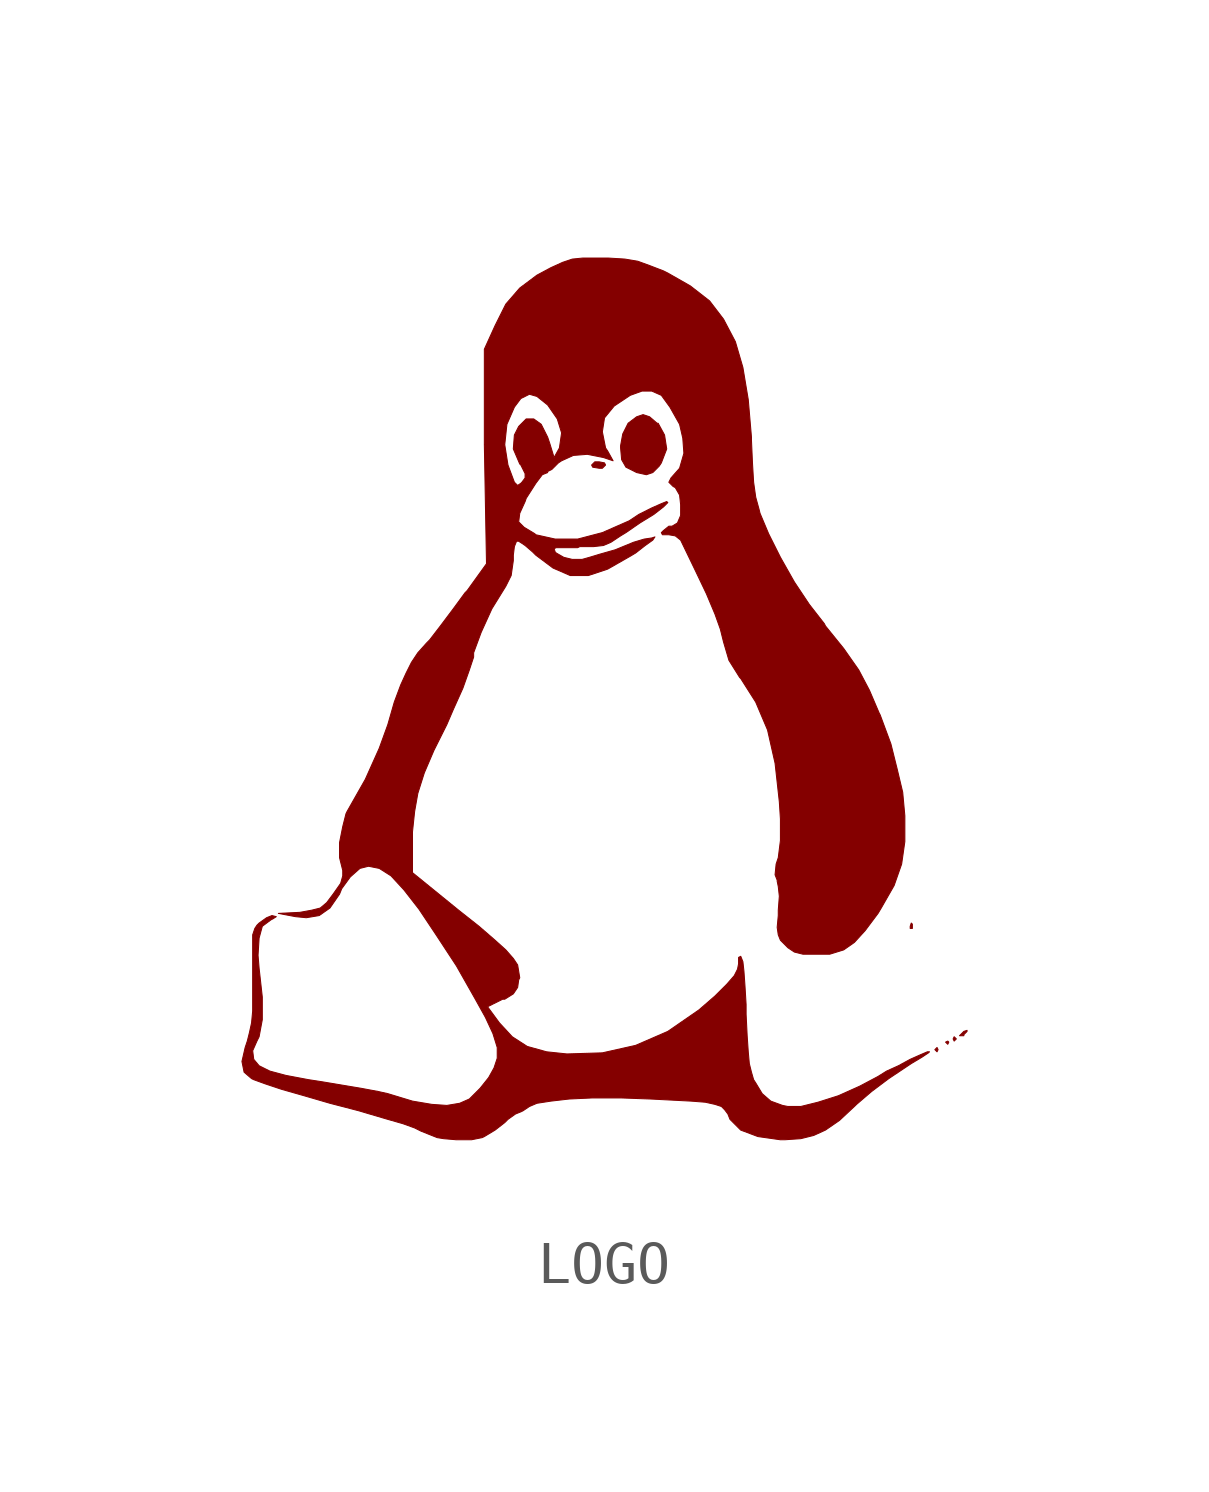
<source format=kicad_sym>
(kicad_symbol_lib
  (version 20211014)
  (generator kicad_symbol_editor)
  (symbol "LOGO"
    (pin_names
      (offset 1.016))
    (property "Reference" "#G"
      (at 0 -10.668 0)
      (effects (font (size 1.524 1.524)) hide))
    (symbol "LOGO_0_0"
      (polyline (pts (xy 7.772 -8.331) (xy 7.747 -8.28) (xy 7.696 -8.331) (xy 7.747 -8.382) (xy 7.772 -8.331)) (stroke (width 0.025) (type default) (color 0 0 0 0)) (fill (type outline)))
      (polyline (pts (xy 8.026 -8.153) (xy 8.001 -8.128) (xy 7.95 -8.153) (xy 8.001 -8.204) (xy 8.026 -8.153)) (stroke (width 0.025) (type default) (color 0 0 0 0)) (fill (type outline)))
      (polyline (pts (xy 8.204 -8.077) (xy 8.153 -8.026) (xy 8.128 -8.077) (xy 8.153 -8.128) (xy 8.204 -8.077)) (stroke (width 0.025) (type default) (color 0 0 0 0)) (fill (type outline)))
      (polyline (pts (xy 7.163 -5.359) (xy 7.137 -5.334) (xy 7.112 -5.41) (xy 7.112 -5.461) (xy 7.163 -5.461) (xy 7.163 -5.359)) (stroke (width 0.025) (type default) (color 0 0 0 0)) (fill (type outline)))
      (polyline (pts (xy 8.382 -7.976) (xy 8.458 -7.899) (xy 8.458 -7.874) (xy 8.382 -7.899) (xy 8.28 -8.001) (xy 8.382 -8.001) (xy 8.382 -7.976)) (stroke (width 0.025) (type default) (color 0 0 0 0)) (fill (type outline)))
      (polyline (pts (xy -0.102 5.512) (xy -0.127 5.563) (xy -0.254 5.588) (xy -0.356 5.588) (xy -0.432 5.512) (xy -0.406 5.461) (xy -0.254 5.436) (xy -0.178 5.436) (xy -0.102 5.512)) (stroke (width 0.025) (type default) (color 0 0 0 0)) (fill (type outline)))
      (polyline (pts (xy 1.016 5.334) (xy 1.168 5.486) (xy 1.219 5.563) (xy 1.346 5.893) (xy 1.295 6.223) (xy 1.143 6.502) (xy 1.118 6.502) (xy 0.94 6.655) (xy 0.787 6.706) (xy 0.635 6.655) (xy 0.432 6.502) (xy 0.305 6.248) (xy 0.254 5.969) (xy 0.254 5.918) (xy 0.279 5.639) (xy 0.381 5.461) (xy 0.635 5.334) (xy 0.864 5.283) (xy 1.016 5.334)) (stroke (width 0.025) (type default) (color 0 0 0 0)) (fill (type outline)))
      (polyline (pts (xy -3.023 -10.414) (xy -2.972 -10.389) (xy -2.718 -10.236) (xy -2.489 -10.058) (xy -2.413 -9.982) (xy -2.235 -9.855) (xy -2.108 -9.804) (xy -2.057 -9.779) (xy -1.905 -9.677) (xy -1.727 -9.601) (xy -1.397 -9.55) (xy -0.965 -9.5) (xy -0.406 -9.474) (xy 0.254 -9.474) (xy 0.965 -9.5) (xy 1.93 -9.55) (xy 2.261 -9.576) (xy 2.489 -9.627) (xy 2.642 -9.677) (xy 2.718 -9.754) (xy 2.794 -9.855) (xy 2.845 -9.982) (xy 3.099 -10.236) (xy 3.505 -10.389) (xy 4.039 -10.465) (xy 4.14 -10.465) (xy 4.521 -10.439) (xy 4.826 -10.363) (xy 5.105 -10.236) (xy 5.436 -10.008) (xy 5.817 -9.652) (xy 5.842 -9.627) (xy 6.198 -9.322) (xy 6.604 -9.017) (xy 7.137 -8.661) (xy 7.391 -8.509) (xy 7.544 -8.407) (xy 7.569 -8.382) (xy 7.518 -8.382) (xy 7.341 -8.458) (xy 7.112 -8.56) (xy 6.833 -8.712) (xy 6.553 -8.839) (xy 6.35 -8.966) (xy 5.918 -9.195) (xy 5.41 -9.423) (xy 4.928 -9.576) (xy 4.521 -9.677) (xy 4.216 -9.677) (xy 4.089 -9.652) (xy 3.81 -9.55) (xy 3.607 -9.373) (xy 3.454 -9.119) (xy 3.404 -9.042) (xy 3.353 -8.865) (xy 3.302 -8.661) (xy 3.277 -8.382) (xy 3.251 -8.001) (xy 3.226 -7.493) (xy 3.226 -7.264) (xy 3.2 -6.833) (xy 3.175 -6.477) (xy 3.15 -6.248) (xy 3.099 -6.121) (xy 3.048 -6.147) (xy 3.048 -6.299) (xy 3.023 -6.426) (xy 2.946 -6.579) (xy 2.769 -6.782) (xy 2.489 -7.061) (xy 2.108 -7.391) (xy 1.372 -7.899) (xy 0.61 -8.23) (xy -0.178 -8.407) (xy -1.016 -8.433) (xy -1.499 -8.382) (xy -1.956 -8.255) (xy -2.311 -8.026) (xy -2.616 -7.696) (xy -2.896 -7.315) (xy -2.54 -7.137) (xy -2.489 -7.137) (xy -2.286 -7.01) (xy -2.184 -6.858) (xy -2.159 -6.68) (xy -2.134 -6.629) (xy -2.184 -6.325) (xy -2.286 -6.172) (xy -2.464 -5.969) (xy -2.718 -5.74) (xy -3.099 -5.41) (xy -3.581 -5.029) (xy -4.674 -4.14) (xy -4.674 -3.175) (xy -4.623 -2.692) (xy -4.547 -2.261) (xy -4.394 -1.778) (xy -4.166 -1.245) (xy -3.861 -0.635) (xy -3.708 -0.279) (xy -3.48 0.229) (xy -3.327 0.66) (xy -3.226 0.965) (xy -3.226 1.067) (xy -3.048 1.549) (xy -2.794 2.108) (xy -2.464 2.642) (xy -2.337 2.896) (xy -2.286 3.251) (xy -2.286 3.378) (xy -2.261 3.581) (xy -2.21 3.708) (xy -2.159 3.708) (xy -2.007 3.607) (xy -1.829 3.454) (xy -1.753 3.378) (xy -1.346 3.073) (xy -0.94 2.896) (xy -0.508 2.896) (xy -0.051 3.048) (xy 0.483 3.353) (xy 0.61 3.429) (xy 0.838 3.607) (xy 1.016 3.734) (xy 1.067 3.81) (xy 0.991 3.785) (xy 0.813 3.759) (xy 0.559 3.683) (xy 0.127 3.505) (xy -0.229 3.404) (xy -0.483 3.327) (xy -0.66 3.277) (xy -0.889 3.277) (xy -1.092 3.327) (xy -1.27 3.429) (xy -1.295 3.454) (xy -1.321 3.531) (xy -1.27 3.556) (xy -0.762 3.556) (xy -0.711 3.581) (xy -0.381 3.581) (xy -0.152 3.607) (xy 0.025 3.683) (xy 0.254 3.835) (xy 0.381 3.912) (xy 0.711 4.14) (xy 1.041 4.343) (xy 1.27 4.521) (xy 1.372 4.623) (xy 1.346 4.648) (xy 1.219 4.597) (xy 0.991 4.496) (xy 0.686 4.343) (xy 0.457 4.191) (xy -0.178 3.912) (xy -0.762 3.759) (xy -1.295 3.759) (xy -1.753 3.861) (xy -1.778 3.886) (xy -2.032 4.039) (xy -2.159 4.166) (xy -2.134 4.369) (xy -2.007 4.648) (xy -1.981 4.724) (xy -1.753 5.08) (xy -1.6 5.283) (xy -1.473 5.334) (xy -1.473 5.359) (xy -1.372 5.41) (xy -1.219 5.563) (xy -1.143 5.613) (xy -0.864 5.74) (xy -0.533 5.766) (xy -0.152 5.69) (xy 0.076 5.613) (xy -0.051 5.842) (xy -0.102 5.918) (xy -0.178 6.299) (xy -0.127 6.629) (xy 0.102 6.909) (xy 0.483 7.163) (xy 0.762 7.264) (xy 0.991 7.264) (xy 1.219 7.163) (xy 1.422 6.883) (xy 1.651 6.477) (xy 1.727 6.147) (xy 1.753 5.791) (xy 1.651 5.436) (xy 1.448 5.207) (xy 1.397 5.105) (xy 1.499 5.004) (xy 1.549 4.978) (xy 1.651 4.801) (xy 1.676 4.572) (xy 1.676 4.318) (xy 1.6 4.14) (xy 1.473 4.064) (xy 1.397 4.064) (xy 1.27 3.962) (xy 1.219 3.912) (xy 1.245 3.861) (xy 1.397 3.861) (xy 1.549 3.835) (xy 1.676 3.734) (xy 2.007 3.048) (xy 2.286 2.464) (xy 2.489 1.981) (xy 2.616 1.626) (xy 2.692 1.321) (xy 2.819 0.889) (xy 3.073 0.483) (xy 3.099 0.457) (xy 3.454 -0.102) (xy 3.734 -0.762) (xy 3.912 -1.549) (xy 4.013 -2.464) (xy 4.039 -2.87) (xy 4.039 -3.378) (xy 3.988 -3.785) (xy 3.937 -3.937) (xy 3.912 -4.191) (xy 3.962 -4.318) (xy 3.962 -4.343) (xy 3.988 -4.47) (xy 4.013 -4.699) (xy 3.988 -5.029) (xy 3.988 -5.156) (xy 3.962 -5.436) (xy 3.988 -5.613) (xy 4.039 -5.74) (xy 4.216 -5.918) (xy 4.369 -6.02) (xy 4.572 -6.071) (xy 5.207 -6.071) (xy 5.537 -5.969) (xy 5.791 -5.791) (xy 6.045 -5.512) (xy 6.35 -5.105) (xy 6.426 -4.978) (xy 6.731 -4.445) (xy 6.909 -3.937) (xy 6.985 -3.404) (xy 6.985 -2.794) (xy 6.934 -2.235) (xy 6.807 -1.702) (xy 6.655 -1.092) (xy 6.401 -0.406) (xy 6.375 -0.356) (xy 6.147 0.178) (xy 5.893 0.66) (xy 5.537 1.168) (xy 5.105 1.702) (xy 5.08 1.753) (xy 4.724 2.21) (xy 4.369 2.743) (xy 4.039 3.327) (xy 3.759 3.886) (xy 3.556 4.369) (xy 3.531 4.47) (xy 3.454 4.75) (xy 3.404 5.105) (xy 3.378 5.537) (xy 3.353 6.096) (xy 3.353 6.172) (xy 3.277 7.061) (xy 3.15 7.823) (xy 2.972 8.433) (xy 2.692 8.966) (xy 2.362 9.398) (xy 1.905 9.754) (xy 1.372 10.058) (xy 1.27 10.109) (xy 0.94 10.236) (xy 0.66 10.338) (xy 0.356 10.389) (xy -0.051 10.414) (xy -0.635 10.414) (xy -0.889 10.389) (xy -1.118 10.312) (xy -1.397 10.185) (xy -1.727 10.008) (xy -2.134 9.703) (xy -2.464 9.322) (xy -2.718 8.814) (xy -2.972 8.255) (xy -2.972 5.994) (xy -2.489 5.994) (xy -2.438 6.477) (xy -2.261 6.883) (xy -2.108 7.087) (xy -1.905 7.188) (xy -1.727 7.137) (xy -1.473 6.934) (xy -1.245 6.604) (xy -1.143 6.274) (xy -1.194 5.918) (xy -1.321 5.69) (xy -1.422 6.02) (xy -1.473 6.172) (xy -1.626 6.477) (xy -1.803 6.604) (xy -1.981 6.604) (xy -2.159 6.426) (xy -2.261 6.223) (xy -2.286 5.893) (xy -2.134 5.537) (xy -2.108 5.512) (xy -2.007 5.309) (xy -2.007 5.207) (xy -2.083 5.105) (xy -2.108 5.08) (xy -2.184 5.029) (xy -2.261 5.105) (xy -2.413 5.512) (xy -2.489 5.994) (xy -2.972 5.994) (xy -2.921 3.175) (xy -3.378 2.54) (xy -3.429 2.489) (xy -3.708 2.108) (xy -4.013 1.702) (xy -4.267 1.372) (xy -4.343 1.295) (xy -4.547 1.067) (xy -4.699 0.838) (xy -4.826 0.584) (xy -4.953 0.305) (xy -5.105 -0.102) (xy -5.258 -0.635) (xy -5.461 -1.194) (xy -5.791 -1.93) (xy -6.223 -2.692) (xy -6.248 -2.743) (xy -6.325 -3.048) (xy -6.401 -3.429) (xy -6.401 -3.785) (xy -6.325 -4.089) (xy -6.325 -4.216) (xy -6.375 -4.394) (xy -6.553 -4.648) (xy -6.706 -4.851) (xy -6.858 -4.978) (xy -7.061 -5.029) (xy -7.341 -5.08) (xy -7.849 -5.105) (xy -7.442 -5.182) (xy -7.188 -5.207) (xy -6.883 -5.156) (xy -6.629 -4.978) (xy -6.401 -4.648) (xy -6.35 -4.521) (xy -6.147 -4.242) (xy -5.918 -4.039) (xy -5.715 -3.988) (xy -5.461 -4.039) (xy -5.182 -4.216) (xy -4.877 -4.547) (xy -4.521 -5.004) (xy -4.115 -5.613) (xy -3.632 -6.35) (xy -3.531 -6.528) (xy -3.2 -7.112) (xy -2.946 -7.569) (xy -2.769 -7.95) (xy -2.667 -8.28) (xy -2.667 -8.534) (xy -2.743 -8.763) (xy -2.87 -8.992) (xy -3.073 -9.246) (xy -3.327 -9.5) (xy -3.556 -9.601) (xy -3.861 -9.652) (xy -4.216 -9.627) (xy -4.674 -9.55) (xy -5.258 -9.373) (xy -5.486 -9.322) (xy -5.893 -9.246) (xy -6.807 -9.093) (xy -7.137 -9.042) (xy -7.671 -8.941) (xy -8.052 -8.839) (xy -8.306 -8.712) (xy -8.433 -8.56) (xy -8.458 -8.357) (xy -8.357 -8.128) (xy -8.306 -8.026) (xy -8.23 -7.62) (xy -8.23 -7.087) (xy -8.306 -6.401) (xy -8.331 -6.096) (xy -8.306 -5.69) (xy -8.23 -5.41) (xy -8.026 -5.258) (xy -7.976 -5.232) (xy -7.899 -5.182) (xy -8.001 -5.156) (xy -8.128 -5.207) (xy -8.306 -5.334) (xy -8.357 -5.385) (xy -8.407 -5.461) (xy -8.458 -5.613) (xy -8.458 -7.417) (xy -8.484 -7.696) (xy -8.534 -7.925) (xy -8.585 -8.128) (xy -8.636 -8.28) (xy -8.712 -8.611) (xy -8.661 -8.865) (xy -8.484 -9.017) (xy -8.433 -9.042) (xy -8.153 -9.144) (xy -7.772 -9.271) (xy -7.239 -9.423) (xy -6.629 -9.601) (xy -5.944 -9.779) (xy -5.69 -9.855) (xy -5.258 -9.982) (xy -4.902 -10.084) (xy -4.623 -10.185) (xy -4.47 -10.262) (xy -4.089 -10.414) (xy -3.937 -10.439) (xy -3.632 -10.465) (xy -3.277 -10.465) (xy -3.023 -10.414)) (stroke (width 0.025) (type default) (color 0 0 0 0)) (fill (type outline))))))
</source>
